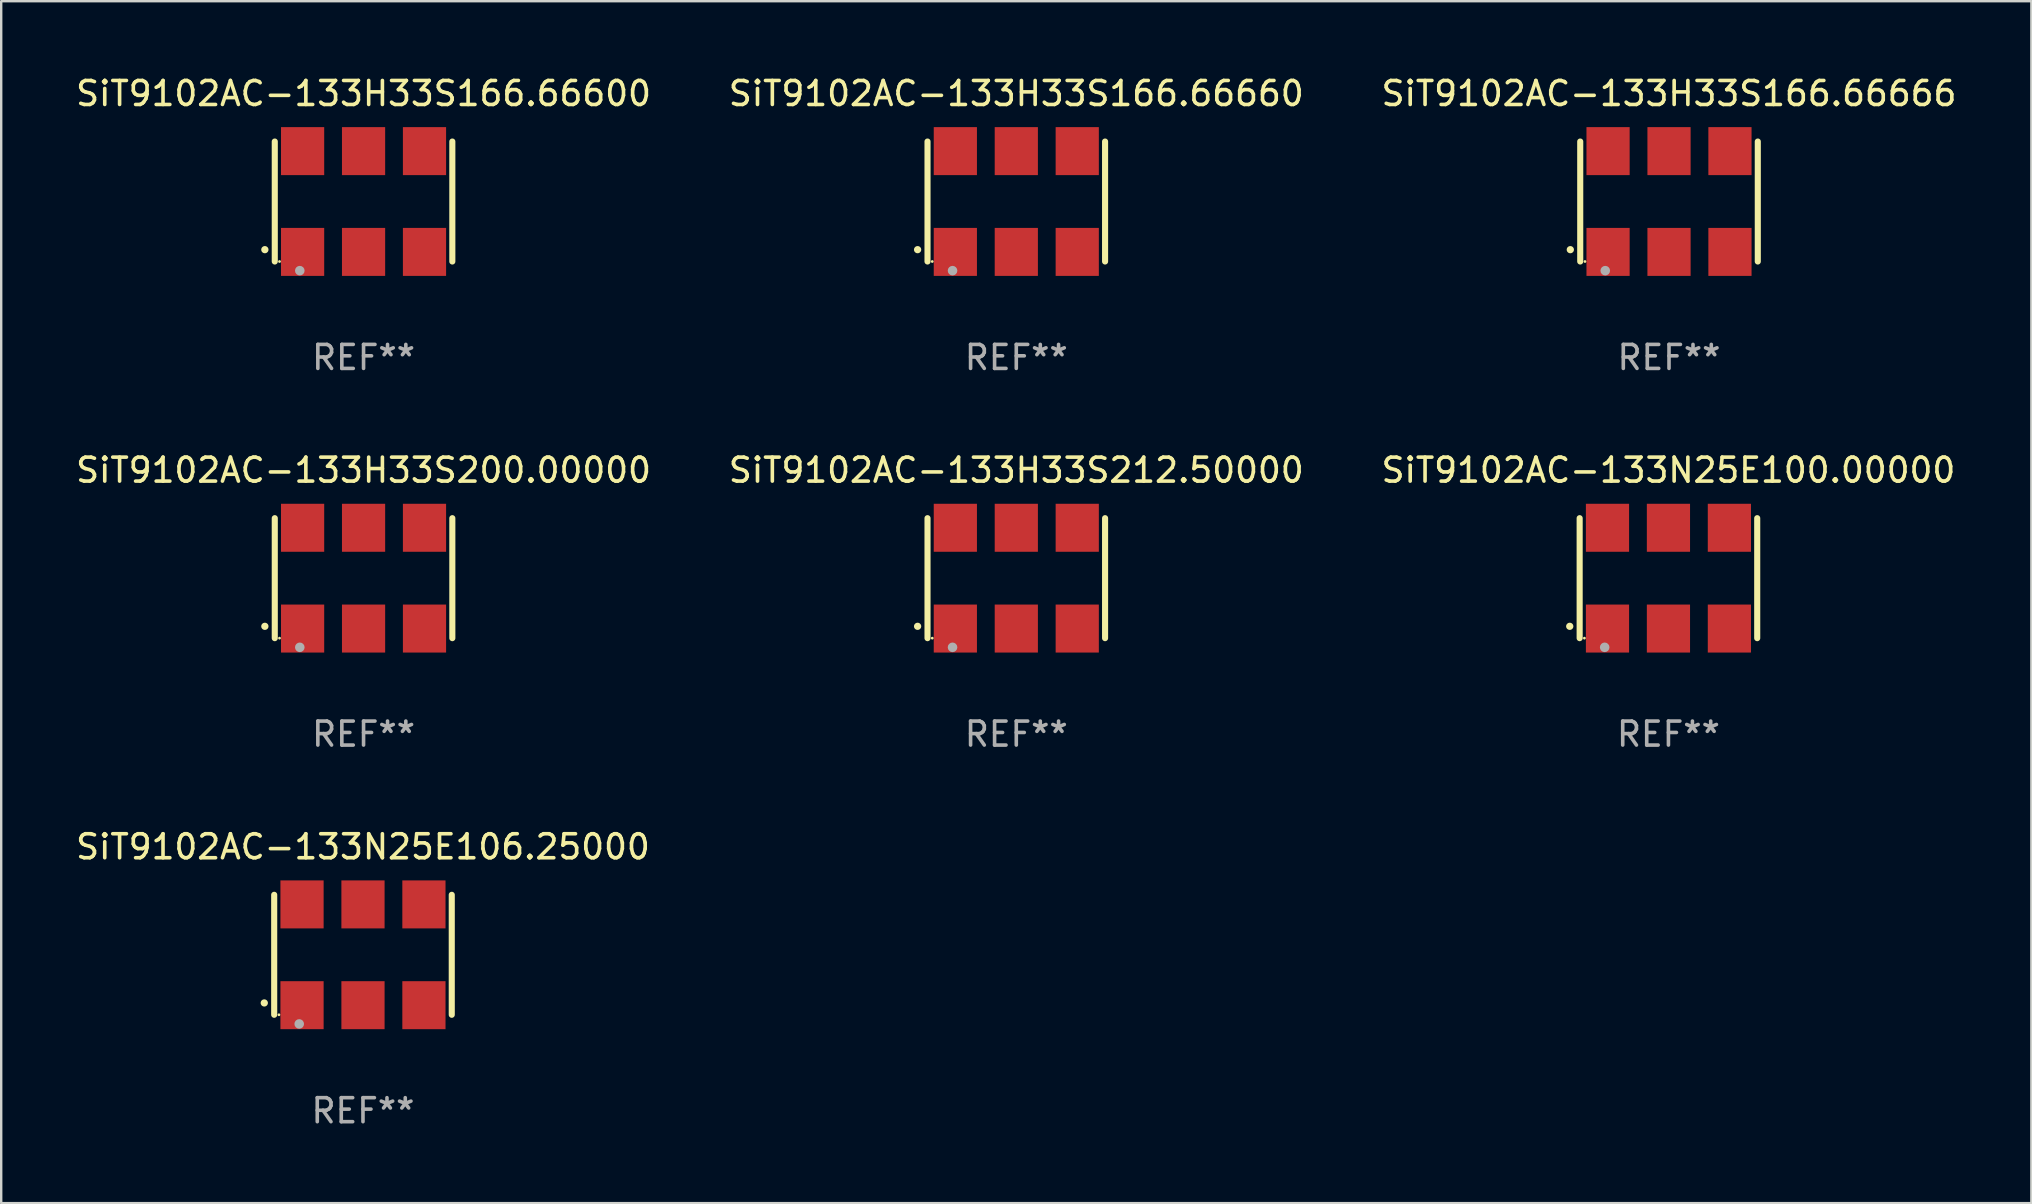
<source format=kicad_pcb>
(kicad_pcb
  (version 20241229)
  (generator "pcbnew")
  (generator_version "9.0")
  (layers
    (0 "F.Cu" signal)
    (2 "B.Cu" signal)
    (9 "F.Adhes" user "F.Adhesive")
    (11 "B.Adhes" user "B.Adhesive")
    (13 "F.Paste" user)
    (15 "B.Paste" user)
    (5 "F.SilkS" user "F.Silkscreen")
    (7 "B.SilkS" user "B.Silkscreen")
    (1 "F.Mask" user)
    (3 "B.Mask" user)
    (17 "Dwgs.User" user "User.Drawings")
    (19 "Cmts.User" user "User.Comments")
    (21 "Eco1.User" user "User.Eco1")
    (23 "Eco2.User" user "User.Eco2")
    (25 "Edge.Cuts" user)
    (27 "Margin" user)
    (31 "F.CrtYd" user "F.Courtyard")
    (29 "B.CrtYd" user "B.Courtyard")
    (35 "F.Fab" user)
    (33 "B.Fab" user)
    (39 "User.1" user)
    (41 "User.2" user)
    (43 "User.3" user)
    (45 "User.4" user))
  (footprint "SiT9102AC-133H33S166.66660"
    (layer "F.Cu")
    (at 39.304 5.348)
    (property "Reference" "SiT9102AC-133H33S166.66660" (at 0 -4.5 0) (layer "F.SilkS") (effects (font (size 1 1) (thickness 0.15))))
    (attr through_hole)
    (fp_line (start -3.7 -2.5) (end -3.7 2.5) (stroke (width 0.254) (type solid)) (layer "F.SilkS"))
    (fp_line (start 3.7 -2.5) (end 3.7 2.5) (stroke (width 0.254) (type solid)) (layer "F.SilkS"))
    (fp_arc (start -4.114415 2.006604) (mid -4.113145 2.006599) (end -4.111875 2.006604) (stroke (width 0.3) (type solid)) (layer "F.SilkS"))
    (fp_circle (center -3.502 2.5) (end -3.472 2.5) (stroke (width 0.06) (type solid)) (fill no) (layer "F.SilkS"))
    (fp_circle (center -2.657 2.882) (end -2.557 2.882) (stroke (width 0.2) (type solid)) (fill no) (layer "F.Fab"))
    (fp_text user "REF**" (at 0 6.5 0) (layer "F.Fab") (effects (font (size 1 1) (thickness 0.15))))
    (pad "1" smd rect (at -2.54 2.1) (size 1.8 2) (layers "F.Cu" "F.Mask" "F.Paste"))
    (pad "2" smd rect (at 0.000394 2.1) (size 1.8 2) (layers "F.Cu" "F.Mask" "F.Paste"))
    (pad "3" smd rect (at 2.54 2.1) (size 1.8 2) (layers "F.Cu" "F.Mask" "F.Paste"))
    (pad "4" smd rect (at 2.54 -2.1) (size 1.8 2) (layers "F.Cu" "F.Mask" "F.Paste"))
    (pad "5" smd rect (at 0.000394 -2.1) (size 1.8 2) (layers "F.Cu" "F.Mask" "F.Paste"))
    (pad "6" smd rect (at -2.54 -2.1) (size 1.8 2) (layers "F.Cu" "F.Mask" "F.Paste")))
  (footprint "SiT9102AC-133H33S200.00000"
    (layer "F.Cu")
    (at 12.101 21.045)
    (property "Reference" "SiT9102AC-133H33S200.00000" (at 0 -4.5 0) (layer "F.SilkS") (effects (font (size 1 1) (thickness 0.15))))
    (attr through_hole)
    (fp_line (start -3.7 -2.5) (end -3.7 2.5) (stroke (width 0.254) (type solid)) (layer "F.SilkS"))
    (fp_line (start 3.7 -2.5) (end 3.7 2.5) (stroke (width 0.254) (type solid)) (layer "F.SilkS"))
    (fp_arc (start -4.114415 2.006604) (mid -4.113145 2.006599) (end -4.111875 2.006604) (stroke (width 0.3) (type solid)) (layer "F.SilkS"))
    (fp_circle (center -3.502 2.5) (end -3.472 2.5) (stroke (width 0.06) (type solid)) (fill no) (layer "F.SilkS"))
    (fp_circle (center -2.657 2.882) (end -2.557 2.882) (stroke (width 0.2) (type solid)) (fill no) (layer "F.Fab"))
    (fp_text user "REF**" (at 0 6.5 0) (layer "F.Fab") (effects (font (size 1 1) (thickness 0.15))))
    (pad "1" smd rect (at -2.54 2.1) (size 1.8 2) (layers "F.Cu" "F.Mask" "F.Paste"))
    (pad "2" smd rect (at 0.000394 2.1) (size 1.8 2) (layers "F.Cu" "F.Mask" "F.Paste"))
    (pad "3" smd rect (at 2.54 2.1) (size 1.8 2) (layers "F.Cu" "F.Mask" "F.Paste"))
    (pad "4" smd rect (at 2.54 -2.1) (size 1.8 2) (layers "F.Cu" "F.Mask" "F.Paste"))
    (pad "5" smd rect (at 0.000394 -2.1) (size 1.8 2) (layers "F.Cu" "F.Mask" "F.Paste"))
    (pad "6" smd rect (at -2.54 -2.1) (size 1.8 2) (layers "F.Cu" "F.Mask" "F.Paste")))
  (footprint "SiT9102AC-133H33S166.66600"
    (layer "F.Cu")
    (at 12.101 5.348)
    (property "Reference" "SiT9102AC-133H33S166.66600" (at 0 -4.5 0) (layer "F.SilkS") (effects (font (size 1 1) (thickness 0.15))))
    (attr through_hole)
    (fp_line (start -3.7 -2.5) (end -3.7 2.5) (stroke (width 0.254) (type solid)) (layer "F.SilkS"))
    (fp_line (start 3.7 -2.5) (end 3.7 2.5) (stroke (width 0.254) (type solid)) (layer "F.SilkS"))
    (fp_arc (start -4.114415 2.006604) (mid -4.113145 2.006599) (end -4.111875 2.006604) (stroke (width 0.3) (type solid)) (layer "F.SilkS"))
    (fp_circle (center -3.502 2.5) (end -3.472 2.5) (stroke (width 0.06) (type solid)) (fill no) (layer "F.SilkS"))
    (fp_circle (center -2.657 2.882) (end -2.557 2.882) (stroke (width 0.2) (type solid)) (fill no) (layer "F.Fab"))
    (fp_text user "REF**" (at 0 6.5 0) (layer "F.Fab") (effects (font (size 1 1) (thickness 0.15))))
    (pad "1" smd rect (at -2.54 2.1) (size 1.8 2) (layers "F.Cu" "F.Mask" "F.Paste"))
    (pad "2" smd rect (at 0.000394 2.1) (size 1.8 2) (layers "F.Cu" "F.Mask" "F.Paste"))
    (pad "3" smd rect (at 2.54 2.1) (size 1.8 2) (layers "F.Cu" "F.Mask" "F.Paste"))
    (pad "4" smd rect (at 2.54 -2.1) (size 1.8 2) (layers "F.Cu" "F.Mask" "F.Paste"))
    (pad "5" smd rect (at 0.000394 -2.1) (size 1.8 2) (layers "F.Cu" "F.Mask" "F.Paste"))
    (pad "6" smd rect (at -2.54 -2.1) (size 1.8 2) (layers "F.Cu" "F.Mask" "F.Paste")))
  (footprint "SiT9102AC-133H33S212.50000"
    (layer "F.Cu")
    (at 39.304 21.045)
    (property "Reference" "SiT9102AC-133H33S212.50000" (at 0 -4.5 0) (layer "F.SilkS") (effects (font (size 1 1) (thickness 0.15))))
    (attr through_hole)
    (fp_line (start -3.7 -2.5) (end -3.7 2.5) (stroke (width 0.254) (type solid)) (layer "F.SilkS"))
    (fp_line (start 3.7 -2.5) (end 3.7 2.5) (stroke (width 0.254) (type solid)) (layer "F.SilkS"))
    (fp_arc (start -4.114415 2.006604) (mid -4.113145 2.006599) (end -4.111875 2.006604) (stroke (width 0.3) (type solid)) (layer "F.SilkS"))
    (fp_circle (center -3.502 2.5) (end -3.472 2.5) (stroke (width 0.06) (type solid)) (fill no) (layer "F.SilkS"))
    (fp_circle (center -2.657 2.882) (end -2.557 2.882) (stroke (width 0.2) (type solid)) (fill no) (layer "F.Fab"))
    (fp_text user "REF**" (at 0 6.5 0) (layer "F.Fab") (effects (font (size 1 1) (thickness 0.15))))
    (pad "1" smd rect (at -2.54 2.1) (size 1.8 2) (layers "F.Cu" "F.Mask" "F.Paste"))
    (pad "2" smd rect (at 0.000394 2.1) (size 1.8 2) (layers "F.Cu" "F.Mask" "F.Paste"))
    (pad "3" smd rect (at 2.54 2.1) (size 1.8 2) (layers "F.Cu" "F.Mask" "F.Paste"))
    (pad "4" smd rect (at 2.54 -2.1) (size 1.8 2) (layers "F.Cu" "F.Mask" "F.Paste"))
    (pad "5" smd rect (at 0.000394 -2.1) (size 1.8 2) (layers "F.Cu" "F.Mask" "F.Paste"))
    (pad "6" smd rect (at -2.54 -2.1) (size 1.8 2) (layers "F.Cu" "F.Mask" "F.Paste")))
  (footprint "SiT9102AC-133H33S166.66666"
    (layer "F.Cu")
    (at 66.506 5.348)
    (property "Reference" "SiT9102AC-133H33S166.66666" (at 0 -4.5 0) (layer "F.SilkS") (effects (font (size 1 1) (thickness 0.15))))
    (attr through_hole)
    (fp_line (start -3.7 -2.5) (end -3.7 2.5) (stroke (width 0.254) (type solid)) (layer "F.SilkS"))
    (fp_line (start 3.7 -2.5) (end 3.7 2.5) (stroke (width 0.254) (type solid)) (layer "F.SilkS"))
    (fp_arc (start -4.114415 2.006604) (mid -4.113145 2.006599) (end -4.111875 2.006604) (stroke (width 0.3) (type solid)) (layer "F.SilkS"))
    (fp_circle (center -3.502 2.5) (end -3.472 2.5) (stroke (width 0.06) (type solid)) (fill no) (layer "F.SilkS"))
    (fp_circle (center -2.657 2.882) (end -2.557 2.882) (stroke (width 0.2) (type solid)) (fill no) (layer "F.Fab"))
    (fp_text user "REF**" (at 0 6.5 0) (layer "F.Fab") (effects (font (size 1 1) (thickness 0.15))))
    (pad "1" smd rect (at -2.54 2.1) (size 1.8 2) (layers "F.Cu" "F.Mask" "F.Paste"))
    (pad "2" smd rect (at 0.000394 2.1) (size 1.8 2) (layers "F.Cu" "F.Mask" "F.Paste"))
    (pad "3" smd rect (at 2.54 2.1) (size 1.8 2) (layers "F.Cu" "F.Mask" "F.Paste"))
    (pad "4" smd rect (at 2.54 -2.1) (size 1.8 2) (layers "F.Cu" "F.Mask" "F.Paste"))
    (pad "5" smd rect (at 0.000394 -2.1) (size 1.8 2) (layers "F.Cu" "F.Mask" "F.Paste"))
    (pad "6" smd rect (at -2.54 -2.1) (size 1.8 2) (layers "F.Cu" "F.Mask" "F.Paste")))
  (footprint "SiT9102AC-133N25E100.00000"
    (layer "F.Cu")
    (at 66.482 21.045)
    (property "Reference" "SiT9102AC-133N25E100.00000" (at 0 -4.5 0) (layer "F.SilkS") (effects (font (size 1 1) (thickness 0.15))))
    (attr through_hole)
    (fp_line (start -3.7 -2.5) (end -3.7 2.5) (stroke (width 0.254) (type solid)) (layer "F.SilkS"))
    (fp_line (start 3.7 -2.5) (end 3.7 2.5) (stroke (width 0.254) (type solid)) (layer "F.SilkS"))
    (fp_arc (start -4.114415 2.006604) (mid -4.113145 2.006599) (end -4.111875 2.006604) (stroke (width 0.3) (type solid)) (layer "F.SilkS"))
    (fp_circle (center -3.502 2.5) (end -3.472 2.5) (stroke (width 0.06) (type solid)) (fill no) (layer "F.SilkS"))
    (fp_circle (center -2.657 2.882) (end -2.557 2.882) (stroke (width 0.2) (type solid)) (fill no) (layer "F.Fab"))
    (fp_text user "REF**" (at 0 6.5 0) (layer "F.Fab") (effects (font (size 1 1) (thickness 0.15))))
    (pad "1" smd rect (at -2.54 2.1) (size 1.8 2) (layers "F.Cu" "F.Mask" "F.Paste"))
    (pad "2" smd rect (at 0.000394 2.1) (size 1.8 2) (layers "F.Cu" "F.Mask" "F.Paste"))
    (pad "3" smd rect (at 2.54 2.1) (size 1.8 2) (layers "F.Cu" "F.Mask" "F.Paste"))
    (pad "4" smd rect (at 2.54 -2.1) (size 1.8 2) (layers "F.Cu" "F.Mask" "F.Paste"))
    (pad "5" smd rect (at 0.000394 -2.1) (size 1.8 2) (layers "F.Cu" "F.Mask" "F.Paste"))
    (pad "6" smd rect (at -2.54 -2.1) (size 1.8 2) (layers "F.Cu" "F.Mask" "F.Paste")))
  (footprint "SiT9102AC-133N25E106.25000"
    (layer "F.Cu")
    (at 12.077 36.741)
    (property "Reference" "SiT9102AC-133N25E106.25000" (at 0 -4.5 0) (layer "F.SilkS") (effects (font (size 1 1) (thickness 0.15))))
    (attr through_hole)
    (fp_line (start -3.7 -2.5) (end -3.7 2.5) (stroke (width 0.254) (type solid)) (layer "F.SilkS"))
    (fp_line (start 3.7 -2.5) (end 3.7 2.5) (stroke (width 0.254) (type solid)) (layer "F.SilkS"))
    (fp_arc (start -4.114415 2.006604) (mid -4.113145 2.006599) (end -4.111875 2.006604) (stroke (width 0.3) (type solid)) (layer "F.SilkS"))
    (fp_circle (center -3.502 2.5) (end -3.472 2.5) (stroke (width 0.06) (type solid)) (fill no) (layer "F.SilkS"))
    (fp_circle (center -2.657 2.882) (end -2.557 2.882) (stroke (width 0.2) (type solid)) (fill no) (layer "F.Fab"))
    (fp_text user "REF**" (at 0 6.5 0) (layer "F.Fab") (effects (font (size 1 1) (thickness 0.15))))
    (pad "1" smd rect (at -2.54 2.1) (size 1.8 2) (layers "F.Cu" "F.Mask" "F.Paste"))
    (pad "2" smd rect (at 0.000394 2.1) (size 1.8 2) (layers "F.Cu" "F.Mask" "F.Paste"))
    (pad "3" smd rect (at 2.54 2.1) (size 1.8 2) (layers "F.Cu" "F.Mask" "F.Paste"))
    (pad "4" smd rect (at 2.54 -2.1) (size 1.8 2) (layers "F.Cu" "F.Mask" "F.Paste"))
    (pad "5" smd rect (at 0.000394 -2.1) (size 1.8 2) (layers "F.Cu" "F.Mask" "F.Paste"))
    (pad "6" smd rect (at -2.54 -2.1) (size 1.8 2) (layers "F.Cu" "F.Mask" "F.Paste")))
  (gr_rect
    (start -3 -3)
    (end 81.607 47.09)
    (stroke (width 0.1) (type default))
    (fill no)
    (layer "Edge.Cuts")))
</source>
